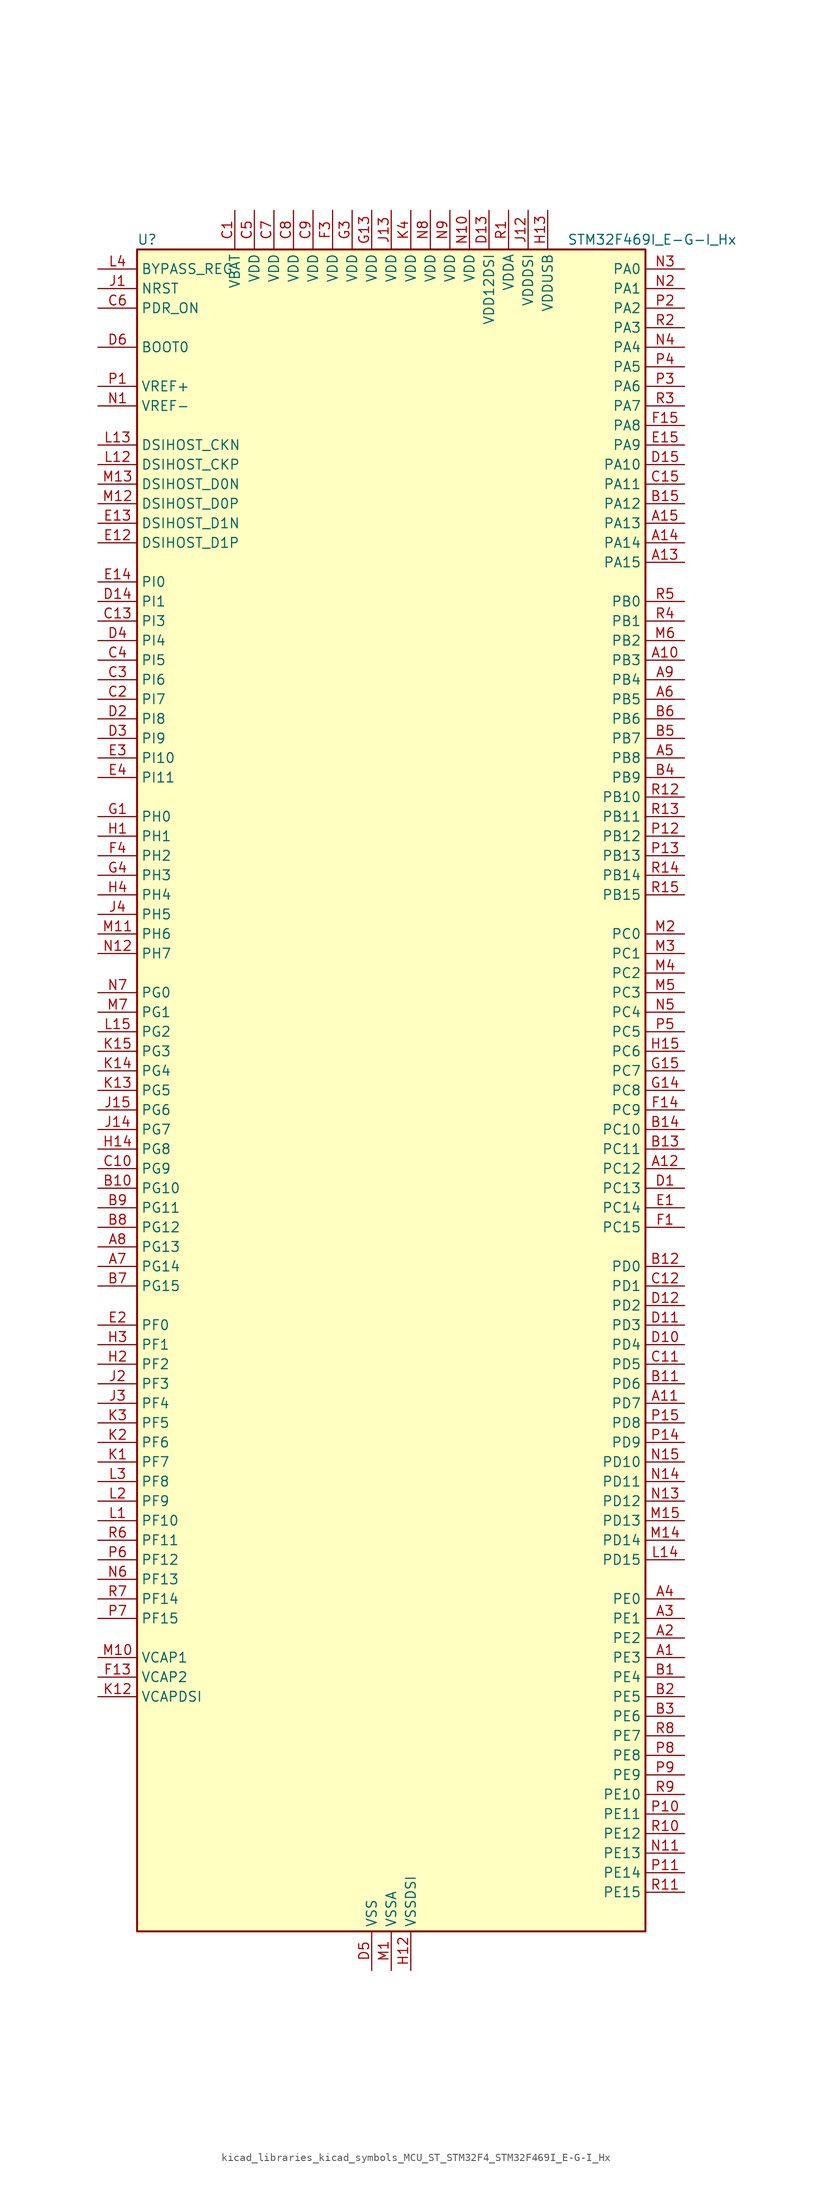
<source format=kicad_sym>
(kicad_symbol_lib
  (version 20220914)
  (generator kicad_symbol_editor)
  (symbol "kicad_libraries_kicad_symbols_MCU_ST_STM32F4_STM32F469I_E-G-I_Hx"
    (property "Reference" "U"
      (at -33.02 110.49 0)
      (effects (font (size 1.27 1.27)) (justify left)))
    (property "Value" "STM32F469I_E-G-I_Hx"
      (at 22.86 110.49 0)
      (effects (font (size 1.27 1.27)) (justify left)))
    (property "ki_locked" ""
      (at 0 0 0)
      (effects (font (size 1.27 1.27))))
    (symbol "kicad_libraries_kicad_symbols_MCU_ST_STM32F4_STM32F469I_E-G-I_Hx_0_1"
      (rectangle (start -33.02 -109.22) (end 33.02 109.22) (stroke (width 0.254) (type default)) (fill (type background))))
    (symbol "kicad_libraries_kicad_symbols_MCU_ST_STM32F4_STM32F469I_E-G-I_Hx_1_1"
      (pin bidirectional line (at 38.1 -73.66 180) (length 5.08) (name "PE3" (effects (font (size 1.27 1.27)))) (number "A1" (effects (font (size 1.27 1.27)))) (alternate "FMC_A19" bidirectional line) (alternate "SAI1_SD_B" bidirectional line) (alternate "SYS_TRACED0" bidirectional line))
      (pin bidirectional line (at 38.1 55.88 180) (length 5.08) (name "PB3" (effects (font (size 1.27 1.27)))) (number "A10" (effects (font (size 1.27 1.27)))) (alternate "I2S3_CK" bidirectional line) (alternate "SPI1_SCK" bidirectional line) (alternate "SPI3_SCK" bidirectional line) (alternate "SYS_JTDO-SWO" bidirectional line) (alternate "TIM2_CH2" bidirectional line))
      (pin bidirectional line (at 38.1 -40.64 180) (length 5.08) (name "PD7" (effects (font (size 1.27 1.27)))) (number "A11" (effects (font (size 1.27 1.27)))) (alternate "FMC_NE1" bidirectional line) (alternate "USART2_CK" bidirectional line))
      (pin bidirectional line (at 38.1 -10.16 180) (length 5.08) (name "PC12" (effects (font (size 1.27 1.27)))) (number "A12" (effects (font (size 1.27 1.27)))) (alternate "DCMI_D9" bidirectional line) (alternate "I2S3_SD" bidirectional line) (alternate "SDIO_CK" bidirectional line) (alternate "SPI3_MOSI" bidirectional line) (alternate "SYS_TRACED3" bidirectional line) (alternate "UART5_TX" bidirectional line) (alternate "USART3_CK" bidirectional line))
      (pin bidirectional line (at 38.1 68.58 180) (length 5.08) (name "PA15" (effects (font (size 1.27 1.27)))) (number "A13" (effects (font (size 1.27 1.27)))) (alternate "ADC1_EXTI15" bidirectional line) (alternate "ADC2_EXTI15" bidirectional line) (alternate "ADC3_EXTI15" bidirectional line) (alternate "I2S3_WS" bidirectional line) (alternate "SPI1_NSS" bidirectional line) (alternate "SPI3_NSS" bidirectional line) (alternate "SYS_JTDI" bidirectional line) (alternate "TIM2_CH1" bidirectional line) (alternate "TIM2_ETR" bidirectional line))
      (pin bidirectional line (at 38.1 71.12 180) (length 5.08) (name "PA14" (effects (font (size 1.27 1.27)))) (number "A14" (effects (font (size 1.27 1.27)))) (alternate "SYS_JTCK-SWCLK" bidirectional line))
      (pin bidirectional line (at 38.1 73.66 180) (length 5.08) (name "PA13" (effects (font (size 1.27 1.27)))) (number "A15" (effects (font (size 1.27 1.27)))) (alternate "SYS_JTMS-SWDIO" bidirectional line))
      (pin bidirectional line (at 38.1 -71.12 180) (length 5.08) (name "PE2" (effects (font (size 1.27 1.27)))) (number "A2" (effects (font (size 1.27 1.27)))) (alternate "ETH_TXD3" bidirectional line) (alternate "FMC_A23" bidirectional line) (alternate "QUADSPI_BK1_IO2" bidirectional line) (alternate "SAI1_MCLK_A" bidirectional line) (alternate "SPI4_SCK" bidirectional line) (alternate "SYS_TRACECLK" bidirectional line))
      (pin bidirectional line (at 38.1 -68.58 180) (length 5.08) (name "PE1" (effects (font (size 1.27 1.27)))) (number "A3" (effects (font (size 1.27 1.27)))) (alternate "DCMI_D3" bidirectional line) (alternate "FMC_NBL1" bidirectional line) (alternate "UART8_TX" bidirectional line))
      (pin bidirectional line (at 38.1 -66.04 180) (length 5.08) (name "PE0" (effects (font (size 1.27 1.27)))) (number "A4" (effects (font (size 1.27 1.27)))) (alternate "DCMI_D2" bidirectional line) (alternate "FMC_NBL0" bidirectional line) (alternate "TIM4_ETR" bidirectional line) (alternate "UART8_RX" bidirectional line))
      (pin bidirectional line (at 38.1 43.18 180) (length 5.08) (name "PB8" (effects (font (size 1.27 1.27)))) (number "A5" (effects (font (size 1.27 1.27)))) (alternate "CAN1_RX" bidirectional line) (alternate "DCMI_D6" bidirectional line) (alternate "ETH_TXD3" bidirectional line) (alternate "I2C1_SCL" bidirectional line) (alternate "LTDC_B6" bidirectional line) (alternate "SDIO_D4" bidirectional line) (alternate "TIM10_CH1" bidirectional line) (alternate "TIM4_CH3" bidirectional line))
      (pin bidirectional line (at 38.1 50.8 180) (length 5.08) (name "PB5" (effects (font (size 1.27 1.27)))) (number "A6" (effects (font (size 1.27 1.27)))) (alternate "CAN2_RX" bidirectional line) (alternate "DCMI_D10" bidirectional line) (alternate "ETH_PPS_OUT" bidirectional line) (alternate "FMC_SDCKE1" bidirectional line) (alternate "I2C1_SMBA" bidirectional line) (alternate "I2S3_SD" bidirectional line) (alternate "LTDC_G7" bidirectional line) (alternate "SPI1_MOSI" bidirectional line) (alternate "SPI3_MOSI" bidirectional line) (alternate "TIM3_CH2" bidirectional line) (alternate "USB_OTG_HS_ULPI_D7" bidirectional line))
      (pin bidirectional line (at -38.1 -22.86 0) (length 5.08) (name "PG14" (effects (font (size 1.27 1.27)))) (number "A7" (effects (font (size 1.27 1.27)))) (alternate "ETH_TXD1" bidirectional line) (alternate "FMC_A25" bidirectional line) (alternate "LTDC_B0" bidirectional line) (alternate "QUADSPI_BK2_IO3" bidirectional line) (alternate "SPI6_MOSI" bidirectional line) (alternate "SYS_TRACED1" bidirectional line) (alternate "USART6_TX" bidirectional line))
      (pin bidirectional line (at -38.1 -20.32 0) (length 5.08) (name "PG13" (effects (font (size 1.27 1.27)))) (number "A8" (effects (font (size 1.27 1.27)))) (alternate "ETH_TXD0" bidirectional line) (alternate "FMC_A24" bidirectional line) (alternate "LTDC_R0" bidirectional line) (alternate "SPI6_SCK" bidirectional line) (alternate "SYS_TRACED0" bidirectional line) (alternate "USART6_CTS" bidirectional line))
      (pin bidirectional line (at 38.1 53.34 180) (length 5.08) (name "PB4" (effects (font (size 1.27 1.27)))) (number "A9" (effects (font (size 1.27 1.27)))) (alternate "I2S3_ext_SD" bidirectional line) (alternate "SPI1_MISO" bidirectional line) (alternate "SPI3_MISO" bidirectional line) (alternate "SYS_JTRST" bidirectional line) (alternate "TIM3_CH1" bidirectional line))
      (pin bidirectional line (at 38.1 -76.2 180) (length 5.08) (name "PE4" (effects (font (size 1.27 1.27)))) (number "B1" (effects (font (size 1.27 1.27)))) (alternate "DCMI_D4" bidirectional line) (alternate "FMC_A20" bidirectional line) (alternate "LTDC_B0" bidirectional line) (alternate "SAI1_FS_A" bidirectional line) (alternate "SPI4_NSS" bidirectional line) (alternate "SYS_TRACED1" bidirectional line))
      (pin bidirectional line (at -38.1 -12.7 0) (length 5.08) (name "PG10" (effects (font (size 1.27 1.27)))) (number "B10" (effects (font (size 1.27 1.27)))) (alternate "DCMI_D2" bidirectional line) (alternate "FMC_NE3" bidirectional line) (alternate "LTDC_B2" bidirectional line) (alternate "LTDC_G3" bidirectional line))
      (pin bidirectional line (at 38.1 -38.1 180) (length 5.08) (name "PD6" (effects (font (size 1.27 1.27)))) (number "B11" (effects (font (size 1.27 1.27)))) (alternate "DCMI_D10" bidirectional line) (alternate "FMC_NWAIT" bidirectional line) (alternate "I2S3_SD" bidirectional line) (alternate "LTDC_B2" bidirectional line) (alternate "SAI1_SD_A" bidirectional line) (alternate "SPI3_MOSI" bidirectional line) (alternate "USART2_RX" bidirectional line))
      (pin bidirectional line (at 38.1 -22.86 180) (length 5.08) (name "PD0" (effects (font (size 1.27 1.27)))) (number "B12" (effects (font (size 1.27 1.27)))) (alternate "CAN1_RX" bidirectional line) (alternate "FMC_D2" bidirectional line) (alternate "FMC_DA2" bidirectional line))
      (pin bidirectional line (at 38.1 -7.62 180) (length 5.08) (name "PC11" (effects (font (size 1.27 1.27)))) (number "B13" (effects (font (size 1.27 1.27)))) (alternate "ADC1_EXTI11" bidirectional line) (alternate "ADC2_EXTI11" bidirectional line) (alternate "ADC3_EXTI11" bidirectional line) (alternate "DCMI_D4" bidirectional line) (alternate "I2S3_ext_SD" bidirectional line) (alternate "QUADSPI_BK2_NCS" bidirectional line) (alternate "SDIO_D3" bidirectional line) (alternate "SPI3_MISO" bidirectional line) (alternate "UART4_RX" bidirectional line) (alternate "USART3_RX" bidirectional line))
      (pin bidirectional line (at 38.1 -5.08 180) (length 5.08) (name "PC10" (effects (font (size 1.27 1.27)))) (number "B14" (effects (font (size 1.27 1.27)))) (alternate "DCMI_D8" bidirectional line) (alternate "I2S3_CK" bidirectional line) (alternate "LTDC_R2" bidirectional line) (alternate "QUADSPI_BK1_IO1" bidirectional line) (alternate "SDIO_D2" bidirectional line) (alternate "SPI3_SCK" bidirectional line) (alternate "UART4_TX" bidirectional line) (alternate "USART3_TX" bidirectional line))
      (pin bidirectional line (at 38.1 76.2 180) (length 5.08) (name "PA12" (effects (font (size 1.27 1.27)))) (number "B15" (effects (font (size 1.27 1.27)))) (alternate "CAN1_TX" bidirectional line) (alternate "LTDC_R5" bidirectional line) (alternate "TIM1_ETR" bidirectional line) (alternate "USART1_RTS" bidirectional line) (alternate "USB_OTG_FS_DP" bidirectional line))
      (pin bidirectional line (at 38.1 -78.74 180) (length 5.08) (name "PE5" (effects (font (size 1.27 1.27)))) (number "B2" (effects (font (size 1.27 1.27)))) (alternate "DCMI_D6" bidirectional line) (alternate "FMC_A21" bidirectional line) (alternate "LTDC_G0" bidirectional line) (alternate "SAI1_SCK_A" bidirectional line) (alternate "SPI4_MISO" bidirectional line) (alternate "SYS_TRACED2" bidirectional line) (alternate "TIM9_CH1" bidirectional line))
      (pin bidirectional line (at 38.1 -81.28 180) (length 5.08) (name "PE6" (effects (font (size 1.27 1.27)))) (number "B3" (effects (font (size 1.27 1.27)))) (alternate "DCMI_D7" bidirectional line) (alternate "FMC_A22" bidirectional line) (alternate "LTDC_G1" bidirectional line) (alternate "SAI1_SD_A" bidirectional line) (alternate "SPI4_MOSI" bidirectional line) (alternate "SYS_TRACED3" bidirectional line) (alternate "TIM9_CH2" bidirectional line))
      (pin bidirectional line (at 38.1 40.64 180) (length 5.08) (name "PB9" (effects (font (size 1.27 1.27)))) (number "B4" (effects (font (size 1.27 1.27)))) (alternate "CAN1_TX" bidirectional line) (alternate "DAC_EXTI9" bidirectional line) (alternate "DCMI_D7" bidirectional line) (alternate "I2C1_SDA" bidirectional line) (alternate "I2S2_WS" bidirectional line) (alternate "LTDC_B7" bidirectional line) (alternate "SDIO_D5" bidirectional line) (alternate "SPI2_NSS" bidirectional line) (alternate "TIM11_CH1" bidirectional line) (alternate "TIM4_CH4" bidirectional line))
      (pin bidirectional line (at 38.1 45.72 180) (length 5.08) (name "PB7" (effects (font (size 1.27 1.27)))) (number "B5" (effects (font (size 1.27 1.27)))) (alternate "DCMI_VSYNC" bidirectional line) (alternate "FMC_NL" bidirectional line) (alternate "I2C1_SDA" bidirectional line) (alternate "TIM4_CH2" bidirectional line) (alternate "USART1_RX" bidirectional line))
      (pin bidirectional line (at 38.1 48.26 180) (length 5.08) (name "PB6" (effects (font (size 1.27 1.27)))) (number "B6" (effects (font (size 1.27 1.27)))) (alternate "CAN2_TX" bidirectional line) (alternate "DCMI_D5" bidirectional line) (alternate "FMC_SDNE1" bidirectional line) (alternate "I2C1_SCL" bidirectional line) (alternate "QUADSPI_BK1_NCS" bidirectional line) (alternate "TIM4_CH1" bidirectional line) (alternate "USART1_TX" bidirectional line))
      (pin bidirectional line (at -38.1 -25.4 0) (length 5.08) (name "PG15" (effects (font (size 1.27 1.27)))) (number "B7" (effects (font (size 1.27 1.27)))) (alternate "ADC1_EXTI15" bidirectional line) (alternate "ADC2_EXTI15" bidirectional line) (alternate "ADC3_EXTI15" bidirectional line) (alternate "DCMI_D13" bidirectional line) (alternate "FMC_SDNCAS" bidirectional line) (alternate "USART6_CTS" bidirectional line))
      (pin bidirectional line (at -38.1 -17.78 0) (length 5.08) (name "PG12" (effects (font (size 1.27 1.27)))) (number "B8" (effects (font (size 1.27 1.27)))) (alternate "FMC_NE4" bidirectional line) (alternate "LTDC_B1" bidirectional line) (alternate "LTDC_B4" bidirectional line) (alternate "SPI6_MISO" bidirectional line) (alternate "USART6_RTS" bidirectional line))
      (pin bidirectional line (at -38.1 -15.24 0) (length 5.08) (name "PG11" (effects (font (size 1.27 1.27)))) (number "B9" (effects (font (size 1.27 1.27)))) (alternate "ADC1_EXTI11" bidirectional line) (alternate "ADC2_EXTI11" bidirectional line) (alternate "ADC3_EXTI11" bidirectional line) (alternate "DCMI_D3" bidirectional line) (alternate "ETH_TX_EN" bidirectional line) (alternate "LTDC_B3" bidirectional line))
      (pin power_in line (at -20.32 114.3 270) (length 5.08) (name "VBAT" (effects (font (size 1.27 1.27)))) (number "C1" (effects (font (size 1.27 1.27)))))
      (pin bidirectional line (at -38.1 -10.16 0) (length 5.08) (name "PG9" (effects (font (size 1.27 1.27)))) (number "C10" (effects (font (size 1.27 1.27)))) (alternate "DAC_EXTI9" bidirectional line) (alternate "DCMI_VSYNC" bidirectional line) (alternate "FMC_NCE" bidirectional line) (alternate "FMC_NE2" bidirectional line) (alternate "QUADSPI_BK2_IO2" bidirectional line) (alternate "USART6_RX" bidirectional line))
      (pin bidirectional line (at 38.1 -35.56 180) (length 5.08) (name "PD5" (effects (font (size 1.27 1.27)))) (number "C11" (effects (font (size 1.27 1.27)))) (alternate "FMC_NWE" bidirectional line) (alternate "USART2_TX" bidirectional line))
      (pin bidirectional line (at 38.1 -25.4 180) (length 5.08) (name "PD1" (effects (font (size 1.27 1.27)))) (number "C12" (effects (font (size 1.27 1.27)))) (alternate "CAN1_TX" bidirectional line) (alternate "FMC_D3" bidirectional line) (alternate "FMC_DA3" bidirectional line))
      (pin bidirectional line (at -38.1 60.96 0) (length 5.08) (name "PI3" (effects (font (size 1.27 1.27)))) (number "C13" (effects (font (size 1.27 1.27)))) (alternate "DCMI_D10" bidirectional line) (alternate "FMC_D27" bidirectional line) (alternate "I2S2_SD" bidirectional line) (alternate "SPI2_MOSI" bidirectional line) (alternate "TIM8_ETR" bidirectional line))
      (pin no_connect line (at -33.02 -109.22 0) (length 5.08) hide (name "NC" (effects (font (size 1.27 1.27)))) (number "C14" (effects (font (size 1.27 1.27)))))
      (pin bidirectional line (at 38.1 78.74 180) (length 5.08) (name "PA11" (effects (font (size 1.27 1.27)))) (number "C15" (effects (font (size 1.27 1.27)))) (alternate "ADC1_EXTI11" bidirectional line) (alternate "ADC2_EXTI11" bidirectional line) (alternate "ADC3_EXTI11" bidirectional line) (alternate "CAN1_RX" bidirectional line) (alternate "LTDC_R4" bidirectional line) (alternate "TIM1_CH4" bidirectional line) (alternate "USART1_CTS" bidirectional line) (alternate "USB_OTG_FS_DM" bidirectional line))
      (pin bidirectional line (at -38.1 50.8 0) (length 5.08) (name "PI7" (effects (font (size 1.27 1.27)))) (number "C2" (effects (font (size 1.27 1.27)))) (alternate "DCMI_D7" bidirectional line) (alternate "FMC_D29" bidirectional line) (alternate "LTDC_B7" bidirectional line) (alternate "TIM8_CH3" bidirectional line))
      (pin bidirectional line (at -38.1 53.34 0) (length 5.08) (name "PI6" (effects (font (size 1.27 1.27)))) (number "C3" (effects (font (size 1.27 1.27)))) (alternate "DCMI_D6" bidirectional line) (alternate "FMC_D28" bidirectional line) (alternate "LTDC_B6" bidirectional line) (alternate "TIM8_CH2" bidirectional line))
      (pin bidirectional line (at -38.1 55.88 0) (length 5.08) (name "PI5" (effects (font (size 1.27 1.27)))) (number "C4" (effects (font (size 1.27 1.27)))) (alternate "DCMI_VSYNC" bidirectional line) (alternate "FMC_NBL3" bidirectional line) (alternate "LTDC_B5" bidirectional line) (alternate "TIM8_CH1" bidirectional line))
      (pin power_in line (at -17.78 114.3 270) (length 5.08) (name "VDD" (effects (font (size 1.27 1.27)))) (number "C5" (effects (font (size 1.27 1.27)))))
      (pin input line (at -38.1 101.6 0) (length 5.08) (name "PDR_ON" (effects (font (size 1.27 1.27)))) (number "C6" (effects (font (size 1.27 1.27)))))
      (pin power_in line (at -15.24 114.3 270) (length 5.08) (name "VDD" (effects (font (size 1.27 1.27)))) (number "C7" (effects (font (size 1.27 1.27)))))
      (pin power_in line (at -12.7 114.3 270) (length 5.08) (name "VDD" (effects (font (size 1.27 1.27)))) (number "C8" (effects (font (size 1.27 1.27)))))
      (pin power_in line (at -10.16 114.3 270) (length 5.08) (name "VDD" (effects (font (size 1.27 1.27)))) (number "C9" (effects (font (size 1.27 1.27)))))
      (pin bidirectional line (at 38.1 -12.7 180) (length 5.08) (name "PC13" (effects (font (size 1.27 1.27)))) (number "D1" (effects (font (size 1.27 1.27)))) (alternate "RTC_AF1" bidirectional line))
      (pin bidirectional line (at 38.1 -33.02 180) (length 5.08) (name "PD4" (effects (font (size 1.27 1.27)))) (number "D10" (effects (font (size 1.27 1.27)))) (alternate "FMC_NOE" bidirectional line) (alternate "USART2_RTS" bidirectional line))
      (pin bidirectional line (at 38.1 -30.48 180) (length 5.08) (name "PD3" (effects (font (size 1.27 1.27)))) (number "D11" (effects (font (size 1.27 1.27)))) (alternate "DCMI_D5" bidirectional line) (alternate "FMC_CLK" bidirectional line) (alternate "I2S2_CK" bidirectional line) (alternate "LTDC_G7" bidirectional line) (alternate "SPI2_SCK" bidirectional line) (alternate "USART2_CTS" bidirectional line))
      (pin bidirectional line (at 38.1 -27.94 180) (length 5.08) (name "PD2" (effects (font (size 1.27 1.27)))) (number "D12" (effects (font (size 1.27 1.27)))) (alternate "DCMI_D11" bidirectional line) (alternate "SDIO_CMD" bidirectional line) (alternate "SYS_TRACED2" bidirectional line) (alternate "TIM3_ETR" bidirectional line) (alternate "UART5_RX" bidirectional line))
      (pin power_in line (at 12.7 114.3 270) (length 5.08) (name "VDD12DSI" (effects (font (size 1.27 1.27)))) (number "D13" (effects (font (size 1.27 1.27)))))
      (pin bidirectional line (at -38.1 63.5 0) (length 5.08) (name "PI1" (effects (font (size 1.27 1.27)))) (number "D14" (effects (font (size 1.27 1.27)))) (alternate "DCMI_D8" bidirectional line) (alternate "FMC_D25" bidirectional line) (alternate "I2S2_CK" bidirectional line) (alternate "LTDC_G6" bidirectional line) (alternate "SPI2_SCK" bidirectional line))
      (pin bidirectional line (at 38.1 81.28 180) (length 5.08) (name "PA10" (effects (font (size 1.27 1.27)))) (number "D15" (effects (font (size 1.27 1.27)))) (alternate "DCMI_D1" bidirectional line) (alternate "TIM1_CH3" bidirectional line) (alternate "USART1_RX" bidirectional line) (alternate "USB_OTG_FS_ID" bidirectional line))
      (pin bidirectional line (at -38.1 48.26 0) (length 5.08) (name "PI8" (effects (font (size 1.27 1.27)))) (number "D2" (effects (font (size 1.27 1.27)))) (alternate "RTC_AF1" bidirectional line) (alternate "RTC_AF2" bidirectional line))
      (pin bidirectional line (at -38.1 45.72 0) (length 5.08) (name "PI9" (effects (font (size 1.27 1.27)))) (number "D3" (effects (font (size 1.27 1.27)))) (alternate "CAN1_RX" bidirectional line) (alternate "DAC_EXTI9" bidirectional line) (alternate "FMC_D30" bidirectional line) (alternate "LTDC_VSYNC" bidirectional line))
      (pin bidirectional line (at -38.1 58.42 0) (length 5.08) (name "PI4" (effects (font (size 1.27 1.27)))) (number "D4" (effects (font (size 1.27 1.27)))) (alternate "DCMI_D5" bidirectional line) (alternate "FMC_NBL2" bidirectional line) (alternate "LTDC_B4" bidirectional line) (alternate "TIM8_BKIN" bidirectional line))
      (pin power_in line (at -2.54 -114.3 90) (length 5.08) (name "VSS" (effects (font (size 1.27 1.27)))) (number "D5" (effects (font (size 1.27 1.27)))))
      (pin input line (at -38.1 96.52 0) (length 5.08) (name "BOOT0" (effects (font (size 1.27 1.27)))) (number "D6" (effects (font (size 1.27 1.27)))))
      (pin passive line (at -2.54 -114.3 90) (length 5.08) hide (name "VSS" (effects (font (size 1.27 1.27)))) (number "D7" (effects (font (size 1.27 1.27)))))
      (pin passive line (at -2.54 -114.3 90) (length 5.08) hide (name "VSS" (effects (font (size 1.27 1.27)))) (number "D8" (effects (font (size 1.27 1.27)))))
      (pin passive line (at -2.54 -114.3 90) (length 5.08) hide (name "VSS" (effects (font (size 1.27 1.27)))) (number "D9" (effects (font (size 1.27 1.27)))))
      (pin bidirectional line (at 38.1 -15.24 180) (length 5.08) (name "PC14" (effects (font (size 1.27 1.27)))) (number "E1" (effects (font (size 1.27 1.27)))) (alternate "RCC_OSC32_IN" bidirectional line))
      (pin bidirectional line (at -38.1 71.12 0) (length 5.08) (name "DSIHOST_D1P" (effects (font (size 1.27 1.27)))) (number "E12" (effects (font (size 1.27 1.27)))) (alternate "DSIHOST_D1P" bidirectional line))
      (pin bidirectional line (at -38.1 73.66 0) (length 5.08) (name "DSIHOST_D1N" (effects (font (size 1.27 1.27)))) (number "E13" (effects (font (size 1.27 1.27)))) (alternate "DSIHOST_D1N" bidirectional line))
      (pin bidirectional line (at -38.1 66.04 0) (length 5.08) (name "PI0" (effects (font (size 1.27 1.27)))) (number "E14" (effects (font (size 1.27 1.27)))) (alternate "DCMI_D13" bidirectional line) (alternate "FMC_D24" bidirectional line) (alternate "I2S2_WS" bidirectional line) (alternate "LTDC_G5" bidirectional line) (alternate "SPI2_NSS" bidirectional line) (alternate "TIM5_CH4" bidirectional line))
      (pin bidirectional line (at 38.1 83.82 180) (length 5.08) (name "PA9" (effects (font (size 1.27 1.27)))) (number "E15" (effects (font (size 1.27 1.27)))) (alternate "DAC_EXTI9" bidirectional line) (alternate "DCMI_D0" bidirectional line) (alternate "I2C3_SMBA" bidirectional line) (alternate "I2S2_CK" bidirectional line) (alternate "SPI2_SCK" bidirectional line) (alternate "TIM1_CH2" bidirectional line) (alternate "USART1_TX" bidirectional line) (alternate "USB_OTG_FS_VBUS" bidirectional line))
      (pin bidirectional line (at -38.1 -30.48 0) (length 5.08) (name "PF0" (effects (font (size 1.27 1.27)))) (number "E2" (effects (font (size 1.27 1.27)))) (alternate "FMC_A0" bidirectional line) (alternate "I2C2_SDA" bidirectional line))
      (pin bidirectional line (at -38.1 43.18 0) (length 5.08) (name "PI10" (effects (font (size 1.27 1.27)))) (number "E3" (effects (font (size 1.27 1.27)))) (alternate "ETH_RX_ER" bidirectional line) (alternate "FMC_D31" bidirectional line) (alternate "LTDC_HSYNC" bidirectional line))
      (pin bidirectional line (at -38.1 40.64 0) (length 5.08) (name "PI11" (effects (font (size 1.27 1.27)))) (number "E4" (effects (font (size 1.27 1.27)))) (alternate "ADC1_EXTI11" bidirectional line) (alternate "ADC2_EXTI11" bidirectional line) (alternate "ADC3_EXTI11" bidirectional line) (alternate "LTDC_G6" bidirectional line) (alternate "USB_OTG_HS_ULPI_DIR" bidirectional line))
      (pin bidirectional line (at 38.1 -17.78 180) (length 5.08) (name "PC15" (effects (font (size 1.27 1.27)))) (number "F1" (effects (font (size 1.27 1.27)))) (alternate "ADC1_EXTI15" bidirectional line) (alternate "ADC2_EXTI15" bidirectional line) (alternate "ADC3_EXTI15" bidirectional line) (alternate "RCC_OSC32_OUT" bidirectional line))
      (pin passive line (at -2.54 -114.3 90) (length 5.08) hide (name "VSS" (effects (font (size 1.27 1.27)))) (number "F10" (effects (font (size 1.27 1.27)))))
      (pin passive line (at -2.54 -114.3 90) (length 5.08) hide (name "VSS" (effects (font (size 1.27 1.27)))) (number "F12" (effects (font (size 1.27 1.27)))))
      (pin power_out line (at -38.1 -76.2 0) (length 5.08) (name "VCAP2" (effects (font (size 1.27 1.27)))) (number "F13" (effects (font (size 1.27 1.27)))))
      (pin bidirectional line (at 38.1 -2.54 180) (length 5.08) (name "PC9" (effects (font (size 1.27 1.27)))) (number "F14" (effects (font (size 1.27 1.27)))) (alternate "DAC_EXTI9" bidirectional line) (alternate "DCMI_D3" bidirectional line) (alternate "I2C3_SDA" bidirectional line) (alternate "I2S_CKIN" bidirectional line) (alternate "QUADSPI_BK1_IO0" bidirectional line) (alternate "RCC_MCO_2" bidirectional line) (alternate "SDIO_D1" bidirectional line) (alternate "TIM3_CH4" bidirectional line) (alternate "TIM8_CH4" bidirectional line))
      (pin bidirectional line (at 38.1 86.36 180) (length 5.08) (name "PA8" (effects (font (size 1.27 1.27)))) (number "F15" (effects (font (size 1.27 1.27)))) (alternate "I2C3_SCL" bidirectional line) (alternate "LTDC_R6" bidirectional line) (alternate "RCC_MCO_1" bidirectional line) (alternate "TIM1_CH1" bidirectional line) (alternate "USART1_CK" bidirectional line) (alternate "USB_OTG_FS_SOF" bidirectional line))
      (pin passive line (at -2.54 -114.3 90) (length 5.08) hide (name "VSS" (effects (font (size 1.27 1.27)))) (number "F2" (effects (font (size 1.27 1.27)))))
      (pin power_in line (at -7.62 114.3 270) (length 5.08) (name "VDD" (effects (font (size 1.27 1.27)))) (number "F3" (effects (font (size 1.27 1.27)))))
      (pin bidirectional line (at -38.1 30.48 0) (length 5.08) (name "PH2" (effects (font (size 1.27 1.27)))) (number "F4" (effects (font (size 1.27 1.27)))) (alternate "ETH_CRS" bidirectional line) (alternate "FMC_SDCKE0" bidirectional line) (alternate "LTDC_R0" bidirectional line) (alternate "QUADSPI_BK2_IO0" bidirectional line))
      (pin passive line (at -2.54 -114.3 90) (length 5.08) hide (name "VSS" (effects (font (size 1.27 1.27)))) (number "F6" (effects (font (size 1.27 1.27)))))
      (pin passive line (at -2.54 -114.3 90) (length 5.08) hide (name "VSS" (effects (font (size 1.27 1.27)))) (number "F7" (effects (font (size 1.27 1.27)))))
      (pin passive line (at -2.54 -114.3 90) (length 5.08) hide (name "VSS" (effects (font (size 1.27 1.27)))) (number "F8" (effects (font (size 1.27 1.27)))))
      (pin passive line (at -2.54 -114.3 90) (length 5.08) hide (name "VSS" (effects (font (size 1.27 1.27)))) (number "F9" (effects (font (size 1.27 1.27)))))
      (pin bidirectional line (at -38.1 35.56 0) (length 5.08) (name "PH0" (effects (font (size 1.27 1.27)))) (number "G1" (effects (font (size 1.27 1.27)))) (alternate "RCC_OSC_IN" bidirectional line))
      (pin passive line (at -2.54 -114.3 90) (length 5.08) hide (name "VSS" (effects (font (size 1.27 1.27)))) (number "G10" (effects (font (size 1.27 1.27)))))
      (pin passive line (at -2.54 -114.3 90) (length 5.08) hide (name "VSS" (effects (font (size 1.27 1.27)))) (number "G12" (effects (font (size 1.27 1.27)))))
      (pin power_in line (at -2.54 114.3 270) (length 5.08) (name "VDD" (effects (font (size 1.27 1.27)))) (number "G13" (effects (font (size 1.27 1.27)))))
      (pin bidirectional line (at 38.1 0 180) (length 5.08) (name "PC8" (effects (font (size 1.27 1.27)))) (number "G14" (effects (font (size 1.27 1.27)))) (alternate "DCMI_D2" bidirectional line) (alternate "SDIO_D0" bidirectional line) (alternate "SYS_TRACED1" bidirectional line) (alternate "TIM3_CH3" bidirectional line) (alternate "TIM8_CH3" bidirectional line) (alternate "USART6_CK" bidirectional line))
      (pin bidirectional line (at 38.1 2.54 180) (length 5.08) (name "PC7" (effects (font (size 1.27 1.27)))) (number "G15" (effects (font (size 1.27 1.27)))) (alternate "DCMI_D1" bidirectional line) (alternate "I2S3_MCK" bidirectional line) (alternate "LTDC_G6" bidirectional line) (alternate "SDIO_D7" bidirectional line) (alternate "TIM3_CH2" bidirectional line) (alternate "TIM8_CH2" bidirectional line) (alternate "USART6_RX" bidirectional line))
      (pin passive line (at -2.54 -114.3 90) (length 5.08) hide (name "VSS" (effects (font (size 1.27 1.27)))) (number "G2" (effects (font (size 1.27 1.27)))))
      (pin power_in line (at -5.08 114.3 270) (length 5.08) (name "VDD" (effects (font (size 1.27 1.27)))) (number "G3" (effects (font (size 1.27 1.27)))))
      (pin bidirectional line (at -38.1 27.94 0) (length 5.08) (name "PH3" (effects (font (size 1.27 1.27)))) (number "G4" (effects (font (size 1.27 1.27)))) (alternate "ETH_COL" bidirectional line) (alternate "FMC_SDNE0" bidirectional line) (alternate "LTDC_R1" bidirectional line) (alternate "QUADSPI_BK2_IO1" bidirectional line))
      (pin passive line (at -2.54 -114.3 90) (length 5.08) hide (name "VSS" (effects (font (size 1.27 1.27)))) (number "G6" (effects (font (size 1.27 1.27)))))
      (pin passive line (at -2.54 -114.3 90) (length 5.08) hide (name "VSS" (effects (font (size 1.27 1.27)))) (number "G7" (effects (font (size 1.27 1.27)))))
      (pin passive line (at -2.54 -114.3 90) (length 5.08) hide (name "VSS" (effects (font (size 1.27 1.27)))) (number "G8" (effects (font (size 1.27 1.27)))))
      (pin passive line (at -2.54 -114.3 90) (length 5.08) hide (name "VSS" (effects (font (size 1.27 1.27)))) (number "G9" (effects (font (size 1.27 1.27)))))
      (pin bidirectional line (at -38.1 33.02 0) (length 5.08) (name "PH1" (effects (font (size 1.27 1.27)))) (number "H1" (effects (font (size 1.27 1.27)))) (alternate "RCC_OSC_OUT" bidirectional line))
      (pin passive line (at -2.54 -114.3 90) (length 5.08) hide (name "VSS" (effects (font (size 1.27 1.27)))) (number "H10" (effects (font (size 1.27 1.27)))))
      (pin power_in line (at 2.54 -114.3 90) (length 5.08) (name "VSSDSI" (effects (font (size 1.27 1.27)))) (number "H12" (effects (font (size 1.27 1.27)))))
      (pin power_in line (at 20.32 114.3 270) (length 5.08) (name "VDDUSB" (effects (font (size 1.27 1.27)))) (number "H13" (effects (font (size 1.27 1.27)))))
      (pin bidirectional line (at -38.1 -7.62 0) (length 5.08) (name "PG8" (effects (font (size 1.27 1.27)))) (number "H14" (effects (font (size 1.27 1.27)))) (alternate "ETH_PPS_OUT" bidirectional line) (alternate "FMC_SDCLK" bidirectional line) (alternate "LTDC_G7" bidirectional line) (alternate "SPI6_NSS" bidirectional line) (alternate "USART6_RTS" bidirectional line))
      (pin bidirectional line (at 38.1 5.08 180) (length 5.08) (name "PC6" (effects (font (size 1.27 1.27)))) (number "H15" (effects (font (size 1.27 1.27)))) (alternate "DCMI_D0" bidirectional line) (alternate "I2S2_MCK" bidirectional line) (alternate "LTDC_HSYNC" bidirectional line) (alternate "SDIO_D6" bidirectional line) (alternate "TIM3_CH1" bidirectional line) (alternate "TIM8_CH1" bidirectional line) (alternate "USART6_TX" bidirectional line))
      (pin bidirectional line (at -38.1 -35.56 0) (length 5.08) (name "PF2" (effects (font (size 1.27 1.27)))) (number "H2" (effects (font (size 1.27 1.27)))) (alternate "FMC_A2" bidirectional line) (alternate "I2C2_SMBA" bidirectional line))
      (pin bidirectional line (at -38.1 -33.02 0) (length 5.08) (name "PF1" (effects (font (size 1.27 1.27)))) (number "H3" (effects (font (size 1.27 1.27)))) (alternate "FMC_A1" bidirectional line) (alternate "I2C2_SCL" bidirectional line))
      (pin bidirectional line (at -38.1 25.4 0) (length 5.08) (name "PH4" (effects (font (size 1.27 1.27)))) (number "H4" (effects (font (size 1.27 1.27)))) (alternate "I2C2_SCL" bidirectional line) (alternate "LTDC_G4" bidirectional line) (alternate "LTDC_G5" bidirectional line) (alternate "USB_OTG_HS_ULPI_NXT" bidirectional line))
      (pin passive line (at -2.54 -114.3 90) (length 5.08) hide (name "VSS" (effects (font (size 1.27 1.27)))) (number "H6" (effects (font (size 1.27 1.27)))))
      (pin passive line (at -2.54 -114.3 90) (length 5.08) hide (name "VSS" (effects (font (size 1.27 1.27)))) (number "H7" (effects (font (size 1.27 1.27)))))
      (pin passive line (at -2.54 -114.3 90) (length 5.08) hide (name "VSS" (effects (font (size 1.27 1.27)))) (number "H8" (effects (font (size 1.27 1.27)))))
      (pin passive line (at -2.54 -114.3 90) (length 5.08) hide (name "VSS" (effects (font (size 1.27 1.27)))) (number "H9" (effects (font (size 1.27 1.27)))))
      (pin input line (at -38.1 104.14 0) (length 5.08) (name "NRST" (effects (font (size 1.27 1.27)))) (number "J1" (effects (font (size 1.27 1.27)))))
      (pin passive line (at -2.54 -114.3 90) (length 5.08) hide (name "VSS" (effects (font (size 1.27 1.27)))) (number "J10" (effects (font (size 1.27 1.27)))))
      (pin power_in line (at 17.78 114.3 270) (length 5.08) (name "VDDDSI" (effects (font (size 1.27 1.27)))) (number "J12" (effects (font (size 1.27 1.27)))))
      (pin power_in line (at 0 114.3 270) (length 5.08) (name "VDD" (effects (font (size 1.27 1.27)))) (number "J13" (effects (font (size 1.27 1.27)))))
      (pin bidirectional line (at -38.1 -5.08 0) (length 5.08) (name "PG7" (effects (font (size 1.27 1.27)))) (number "J14" (effects (font (size 1.27 1.27)))) (alternate "DCMI_D13" bidirectional line) (alternate "FMC_INT" bidirectional line) (alternate "LTDC_CLK" bidirectional line) (alternate "SAI1_MCLK_A" bidirectional line) (alternate "USART6_CK" bidirectional line))
      (pin bidirectional line (at -38.1 -2.54 0) (length 5.08) (name "PG6" (effects (font (size 1.27 1.27)))) (number "J15" (effects (font (size 1.27 1.27)))) (alternate "DCMI_D12" bidirectional line) (alternate "LTDC_R7" bidirectional line))
      (pin bidirectional line (at -38.1 -38.1 0) (length 5.08) (name "PF3" (effects (font (size 1.27 1.27)))) (number "J2" (effects (font (size 1.27 1.27)))) (alternate "ADC3_IN9" bidirectional line) (alternate "FMC_A3" bidirectional line))
      (pin bidirectional line (at -38.1 -40.64 0) (length 5.08) (name "PF4" (effects (font (size 1.27 1.27)))) (number "J3" (effects (font (size 1.27 1.27)))) (alternate "ADC3_IN14" bidirectional line) (alternate "FMC_A4" bidirectional line))
      (pin bidirectional line (at -38.1 22.86 0) (length 5.08) (name "PH5" (effects (font (size 1.27 1.27)))) (number "J4" (effects (font (size 1.27 1.27)))) (alternate "FMC_SDNWE" bidirectional line) (alternate "I2C2_SDA" bidirectional line) (alternate "SPI5_NSS" bidirectional line))
      (pin passive line (at -2.54 -114.3 90) (length 5.08) hide (name "VSS" (effects (font (size 1.27 1.27)))) (number "J6" (effects (font (size 1.27 1.27)))))
      (pin passive line (at -2.54 -114.3 90) (length 5.08) hide (name "VSS" (effects (font (size 1.27 1.27)))) (number "J7" (effects (font (size 1.27 1.27)))))
      (pin passive line (at -2.54 -114.3 90) (length 5.08) hide (name "VSS" (effects (font (size 1.27 1.27)))) (number "J8" (effects (font (size 1.27 1.27)))))
      (pin passive line (at -2.54 -114.3 90) (length 5.08) hide (name "VSS" (effects (font (size 1.27 1.27)))) (number "J9" (effects (font (size 1.27 1.27)))))
      (pin bidirectional line (at -38.1 -48.26 0) (length 5.08) (name "PF7" (effects (font (size 1.27 1.27)))) (number "K1" (effects (font (size 1.27 1.27)))) (alternate "ADC3_IN5" bidirectional line) (alternate "QUADSPI_BK1_IO2" bidirectional line) (alternate "SAI1_MCLK_B" bidirectional line) (alternate "SPI5_SCK" bidirectional line) (alternate "TIM11_CH1" bidirectional line) (alternate "UART7_TX" bidirectional line))
      (pin passive line (at -2.54 -114.3 90) (length 5.08) hide (name "VSS" (effects (font (size 1.27 1.27)))) (number "K10" (effects (font (size 1.27 1.27)))))
      (pin power_out line (at -38.1 -78.74 0) (length 5.08) (name "VCAPDSI" (effects (font (size 1.27 1.27)))) (number "K12" (effects (font (size 1.27 1.27)))))
      (pin bidirectional line (at -38.1 0 0) (length 5.08) (name "PG5" (effects (font (size 1.27 1.27)))) (number "K13" (effects (font (size 1.27 1.27)))) (alternate "FMC_A15" bidirectional line) (alternate "FMC_BA1" bidirectional line))
      (pin bidirectional line (at -38.1 2.54 0) (length 5.08) (name "PG4" (effects (font (size 1.27 1.27)))) (number "K14" (effects (font (size 1.27 1.27)))) (alternate "FMC_A14" bidirectional line) (alternate "FMC_BA0" bidirectional line))
      (pin bidirectional line (at -38.1 5.08 0) (length 5.08) (name "PG3" (effects (font (size 1.27 1.27)))) (number "K15" (effects (font (size 1.27 1.27)))) (alternate "FMC_A13" bidirectional line))
      (pin bidirectional line (at -38.1 -45.72 0) (length 5.08) (name "PF6" (effects (font (size 1.27 1.27)))) (number "K2" (effects (font (size 1.27 1.27)))) (alternate "ADC3_IN4" bidirectional line) (alternate "QUADSPI_BK1_IO3" bidirectional line) (alternate "SAI1_SD_B" bidirectional line) (alternate "SPI5_NSS" bidirectional line) (alternate "TIM10_CH1" bidirectional line) (alternate "UART7_RX" bidirectional line))
      (pin bidirectional line (at -38.1 -43.18 0) (length 5.08) (name "PF5" (effects (font (size 1.27 1.27)))) (number "K3" (effects (font (size 1.27 1.27)))) (alternate "ADC3_IN15" bidirectional line) (alternate "FMC_A5" bidirectional line))
      (pin power_in line (at 2.54 114.3 270) (length 5.08) (name "VDD" (effects (font (size 1.27 1.27)))) (number "K4" (effects (font (size 1.27 1.27)))))
      (pin passive line (at -2.54 -114.3 90) (length 5.08) hide (name "VSS" (effects (font (size 1.27 1.27)))) (number "K6" (effects (font (size 1.27 1.27)))))
      (pin passive line (at -2.54 -114.3 90) (length 5.08) hide (name "VSS" (effects (font (size 1.27 1.27)))) (number "K7" (effects (font (size 1.27 1.27)))))
      (pin passive line (at -2.54 -114.3 90) (length 5.08) hide (name "VSS" (effects (font (size 1.27 1.27)))) (number "K8" (effects (font (size 1.27 1.27)))))
      (pin passive line (at -2.54 -114.3 90) (length 5.08) hide (name "VSS" (effects (font (size 1.27 1.27)))) (number "K9" (effects (font (size 1.27 1.27)))))
      (pin bidirectional line (at -38.1 -55.88 0) (length 5.08) (name "PF10" (effects (font (size 1.27 1.27)))) (number "L1" (effects (font (size 1.27 1.27)))) (alternate "ADC3_IN8" bidirectional line) (alternate "DCMI_D11" bidirectional line) (alternate "LTDC_DE" bidirectional line) (alternate "QUADSPI_CLK" bidirectional line))
      (pin bidirectional line (at -38.1 81.28 0) (length 5.08) (name "DSIHOST_CKP" (effects (font (size 1.27 1.27)))) (number "L12" (effects (font (size 1.27 1.27)))) (alternate "DSIHOST_CKP" bidirectional line))
      (pin bidirectional line (at -38.1 83.82 0) (length 5.08) (name "DSIHOST_CKN" (effects (font (size 1.27 1.27)))) (number "L13" (effects (font (size 1.27 1.27)))) (alternate "DSIHOST_CKN" bidirectional line))
      (pin bidirectional line (at 38.1 -60.96 180) (length 5.08) (name "PD15" (effects (font (size 1.27 1.27)))) (number "L14" (effects (font (size 1.27 1.27)))) (alternate "ADC1_EXTI15" bidirectional line) (alternate "ADC2_EXTI15" bidirectional line) (alternate "ADC3_EXTI15" bidirectional line) (alternate "FMC_D1" bidirectional line) (alternate "FMC_DA1" bidirectional line) (alternate "TIM4_CH4" bidirectional line))
      (pin bidirectional line (at -38.1 7.62 0) (length 5.08) (name "PG2" (effects (font (size 1.27 1.27)))) (number "L15" (effects (font (size 1.27 1.27)))) (alternate "FMC_A12" bidirectional line))
      (pin bidirectional line (at -38.1 -53.34 0) (length 5.08) (name "PF9" (effects (font (size 1.27 1.27)))) (number "L2" (effects (font (size 1.27 1.27)))) (alternate "ADC3_IN7" bidirectional line) (alternate "DAC_EXTI9" bidirectional line) (alternate "QUADSPI_BK1_IO1" bidirectional line) (alternate "SAI1_FS_B" bidirectional line) (alternate "SPI5_MOSI" bidirectional line) (alternate "TIM14_CH1" bidirectional line))
      (pin bidirectional line (at -38.1 -50.8 0) (length 5.08) (name "PF8" (effects (font (size 1.27 1.27)))) (number "L3" (effects (font (size 1.27 1.27)))) (alternate "ADC3_IN6" bidirectional line) (alternate "QUADSPI_BK1_IO0" bidirectional line) (alternate "SAI1_SCK_B" bidirectional line) (alternate "SPI5_MISO" bidirectional line) (alternate "TIM13_CH1" bidirectional line))
      (pin input line (at -38.1 106.68 0) (length 5.08) (name "BYPASS_REG" (effects (font (size 1.27 1.27)))) (number "L4" (effects (font (size 1.27 1.27)))))
      (pin power_in line (at 0 -114.3 90) (length 5.08) (name "VSSA" (effects (font (size 1.27 1.27)))) (number "M1" (effects (font (size 1.27 1.27)))))
      (pin power_out line (at -38.1 -73.66 0) (length 5.08) (name "VCAP1" (effects (font (size 1.27 1.27)))) (number "M10" (effects (font (size 1.27 1.27)))))
      (pin bidirectional line (at -38.1 20.32 0) (length 5.08) (name "PH6" (effects (font (size 1.27 1.27)))) (number "M11" (effects (font (size 1.27 1.27)))) (alternate "DCMI_D8" bidirectional line) (alternate "ETH_RXD2" bidirectional line) (alternate "FMC_SDNE1" bidirectional line) (alternate "I2C2_SMBA" bidirectional line) (alternate "SPI5_SCK" bidirectional line) (alternate "TIM12_CH1" bidirectional line))
      (pin bidirectional line (at -38.1 76.2 0) (length 5.08) (name "DSIHOST_D0P" (effects (font (size 1.27 1.27)))) (number "M12" (effects (font (size 1.27 1.27)))) (alternate "DSIHOST_D0P" bidirectional line))
      (pin bidirectional line (at -38.1 78.74 0) (length 5.08) (name "DSIHOST_D0N" (effects (font (size 1.27 1.27)))) (number "M13" (effects (font (size 1.27 1.27)))) (alternate "DSIHOST_D0N" bidirectional line))
      (pin bidirectional line (at 38.1 -58.42 180) (length 5.08) (name "PD14" (effects (font (size 1.27 1.27)))) (number "M14" (effects (font (size 1.27 1.27)))) (alternate "FMC_D0" bidirectional line) (alternate "FMC_DA0" bidirectional line) (alternate "TIM4_CH3" bidirectional line))
      (pin bidirectional line (at 38.1 -55.88 180) (length 5.08) (name "PD13" (effects (font (size 1.27 1.27)))) (number "M15" (effects (font (size 1.27 1.27)))) (alternate "FMC_A18" bidirectional line) (alternate "QUADSPI_BK1_IO3" bidirectional line) (alternate "TIM4_CH2" bidirectional line))
      (pin bidirectional line (at 38.1 20.32 180) (length 5.08) (name "PC0" (effects (font (size 1.27 1.27)))) (number "M2" (effects (font (size 1.27 1.27)))) (alternate "ADC1_IN10" bidirectional line) (alternate "ADC2_IN10" bidirectional line) (alternate "ADC3_IN10" bidirectional line) (alternate "FMC_SDNWE" bidirectional line) (alternate "LTDC_R5" bidirectional line) (alternate "USB_OTG_HS_ULPI_STP" bidirectional line))
      (pin bidirectional line (at 38.1 17.78 180) (length 5.08) (name "PC1" (effects (font (size 1.27 1.27)))) (number "M3" (effects (font (size 1.27 1.27)))) (alternate "ADC1_IN11" bidirectional line) (alternate "ADC2_IN11" bidirectional line) (alternate "ADC3_IN11" bidirectional line) (alternate "ETH_MDC" bidirectional line) (alternate "I2S2_SD" bidirectional line) (alternate "SAI1_SD_A" bidirectional line) (alternate "SPI2_MOSI" bidirectional line) (alternate "SYS_TRACED0" bidirectional line))
      (pin bidirectional line (at 38.1 15.24 180) (length 5.08) (name "PC2" (effects (font (size 1.27 1.27)))) (number "M4" (effects (font (size 1.27 1.27)))) (alternate "ADC1_IN12" bidirectional line) (alternate "ADC2_IN12" bidirectional line) (alternate "ADC3_IN12" bidirectional line) (alternate "ETH_TXD2" bidirectional line) (alternate "FMC_SDNE0" bidirectional line) (alternate "I2S2_ext_SD" bidirectional line) (alternate "SPI2_MISO" bidirectional line) (alternate "USB_OTG_HS_ULPI_DIR" bidirectional line))
      (pin bidirectional line (at 38.1 12.7 180) (length 5.08) (name "PC3" (effects (font (size 1.27 1.27)))) (number "M5" (effects (font (size 1.27 1.27)))) (alternate "ADC1_IN13" bidirectional line) (alternate "ADC2_IN13" bidirectional line) (alternate "ADC3_IN13" bidirectional line) (alternate "ETH_TX_CLK" bidirectional line) (alternate "FMC_SDCKE0" bidirectional line) (alternate "I2S2_SD" bidirectional line) (alternate "SPI2_MOSI" bidirectional line) (alternate "USB_OTG_HS_ULPI_NXT" bidirectional line))
      (pin bidirectional line (at 38.1 58.42 180) (length 5.08) (name "PB2" (effects (font (size 1.27 1.27)))) (number "M6" (effects (font (size 1.27 1.27)))))
      (pin bidirectional line (at -38.1 10.16 0) (length 5.08) (name "PG1" (effects (font (size 1.27 1.27)))) (number "M7" (effects (font (size 1.27 1.27)))) (alternate "FMC_A11" bidirectional line))
      (pin passive line (at -2.54 -114.3 90) (length 5.08) hide (name "VSS" (effects (font (size 1.27 1.27)))) (number "M8" (effects (font (size 1.27 1.27)))))
      (pin passive line (at -2.54 -114.3 90) (length 5.08) hide (name "VSS" (effects (font (size 1.27 1.27)))) (number "M9" (effects (font (size 1.27 1.27)))))
      (pin input line (at -38.1 88.9 0) (length 5.08) (name "VREF-" (effects (font (size 1.27 1.27)))) (number "N1" (effects (font (size 1.27 1.27)))))
      (pin power_in line (at 10.16 114.3 270) (length 5.08) (name "VDD" (effects (font (size 1.27 1.27)))) (number "N10" (effects (font (size 1.27 1.27)))))
      (pin bidirectional line (at 38.1 -99.06 180) (length 5.08) (name "PE13" (effects (font (size 1.27 1.27)))) (number "N11" (effects (font (size 1.27 1.27)))) (alternate "FMC_D10" bidirectional line) (alternate "FMC_DA10" bidirectional line) (alternate "LTDC_DE" bidirectional line) (alternate "SPI4_MISO" bidirectional line) (alternate "TIM1_CH3" bidirectional line))
      (pin bidirectional line (at -38.1 17.78 0) (length 5.08) (name "PH7" (effects (font (size 1.27 1.27)))) (number "N12" (effects (font (size 1.27 1.27)))) (alternate "DCMI_D9" bidirectional line) (alternate "ETH_RXD3" bidirectional line) (alternate "FMC_SDCKE1" bidirectional line) (alternate "I2C3_SCL" bidirectional line) (alternate "SPI5_MISO" bidirectional line))
      (pin bidirectional line (at 38.1 -53.34 180) (length 5.08) (name "PD12" (effects (font (size 1.27 1.27)))) (number "N13" (effects (font (size 1.27 1.27)))) (alternate "FMC_A17" bidirectional line) (alternate "FMC_ALE" bidirectional line) (alternate "QUADSPI_BK1_IO1" bidirectional line) (alternate "TIM4_CH1" bidirectional line) (alternate "USART3_RTS" bidirectional line))
      (pin bidirectional line (at 38.1 -50.8 180) (length 5.08) (name "PD11" (effects (font (size 1.27 1.27)))) (number "N14" (effects (font (size 1.27 1.27)))) (alternate "ADC1_EXTI11" bidirectional line) (alternate "ADC2_EXTI11" bidirectional line) (alternate "ADC3_EXTI11" bidirectional line) (alternate "FMC_A16" bidirectional line) (alternate "FMC_CLE" bidirectional line) (alternate "QUADSPI_BK1_IO0" bidirectional line) (alternate "USART3_CTS" bidirectional line))
      (pin bidirectional line (at 38.1 -48.26 180) (length 5.08) (name "PD10" (effects (font (size 1.27 1.27)))) (number "N15" (effects (font (size 1.27 1.27)))) (alternate "FMC_D15" bidirectional line) (alternate "FMC_DA15" bidirectional line) (alternate "LTDC_B3" bidirectional line) (alternate "USART3_CK" bidirectional line))
      (pin bidirectional line (at 38.1 104.14 180) (length 5.08) (name "PA1" (effects (font (size 1.27 1.27)))) (number "N2" (effects (font (size 1.27 1.27)))) (alternate "ADC1_IN1" bidirectional line) (alternate "ADC2_IN1" bidirectional line) (alternate "ADC3_IN1" bidirectional line) (alternate "ETH_REF_CLK" bidirectional line) (alternate "ETH_RX_CLK" bidirectional line) (alternate "LTDC_R2" bidirectional line) (alternate "QUADSPI_BK1_IO3" bidirectional line) (alternate "TIM2_CH2" bidirectional line) (alternate "TIM5_CH2" bidirectional line) (alternate "UART4_RX" bidirectional line) (alternate "USART2_RTS" bidirectional line))
      (pin bidirectional line (at 38.1 106.68 180) (length 5.08) (name "PA0" (effects (font (size 1.27 1.27)))) (number "N3" (effects (font (size 1.27 1.27)))) (alternate "ADC1_IN0" bidirectional line) (alternate "ADC2_IN0" bidirectional line) (alternate "ADC3_IN0" bidirectional line) (alternate "ETH_CRS" bidirectional line) (alternate "SYS_WKUP" bidirectional line) (alternate "TIM2_CH1" bidirectional line) (alternate "TIM2_ETR" bidirectional line) (alternate "TIM5_CH1" bidirectional line) (alternate "TIM8_ETR" bidirectional line) (alternate "UART4_TX" bidirectional line) (alternate "USART2_CTS" bidirectional line))
      (pin bidirectional line (at 38.1 96.52 180) (length 5.08) (name "PA4" (effects (font (size 1.27 1.27)))) (number "N4" (effects (font (size 1.27 1.27)))) (alternate "ADC1_IN4" bidirectional line) (alternate "ADC2_IN4" bidirectional line) (alternate "DAC_OUT1" bidirectional line) (alternate "DCMI_HSYNC" bidirectional line) (alternate "I2S3_WS" bidirectional line) (alternate "LTDC_VSYNC" bidirectional line) (alternate "SPI1_NSS" bidirectional line) (alternate "SPI3_NSS" bidirectional line) (alternate "USART2_CK" bidirectional line) (alternate "USB_OTG_HS_SOF" bidirectional line))
      (pin bidirectional line (at 38.1 10.16 180) (length 5.08) (name "PC4" (effects (font (size 1.27 1.27)))) (number "N5" (effects (font (size 1.27 1.27)))) (alternate "ADC1_IN14" bidirectional line) (alternate "ADC2_IN14" bidirectional line) (alternate "ETH_RXD0" bidirectional line) (alternate "FMC_SDNE0" bidirectional line))
      (pin bidirectional line (at -38.1 -63.5 0) (length 5.08) (name "PF13" (effects (font (size 1.27 1.27)))) (number "N6" (effects (font (size 1.27 1.27)))) (alternate "FMC_A7" bidirectional line))
      (pin bidirectional line (at -38.1 12.7 0) (length 5.08) (name "PG0" (effects (font (size 1.27 1.27)))) (number "N7" (effects (font (size 1.27 1.27)))) (alternate "FMC_A10" bidirectional line))
      (pin power_in line (at 5.08 114.3 270) (length 5.08) (name "VDD" (effects (font (size 1.27 1.27)))) (number "N8" (effects (font (size 1.27 1.27)))))
      (pin power_in line (at 7.62 114.3 270) (length 5.08) (name "VDD" (effects (font (size 1.27 1.27)))) (number "N9" (effects (font (size 1.27 1.27)))))
      (pin input line (at -38.1 91.44 0) (length 5.08) (name "VREF+" (effects (font (size 1.27 1.27)))) (number "P1" (effects (font (size 1.27 1.27)))))
      (pin bidirectional line (at 38.1 -93.98 180) (length 5.08) (name "PE11" (effects (font (size 1.27 1.27)))) (number "P10" (effects (font (size 1.27 1.27)))) (alternate "ADC1_EXTI11" bidirectional line) (alternate "ADC2_EXTI11" bidirectional line) (alternate "ADC3_EXTI11" bidirectional line) (alternate "FMC_D8" bidirectional line) (alternate "FMC_DA8" bidirectional line) (alternate "LTDC_G3" bidirectional line) (alternate "SPI4_NSS" bidirectional line) (alternate "TIM1_CH2" bidirectional line))
      (pin bidirectional line (at 38.1 -101.6 180) (length 5.08) (name "PE14" (effects (font (size 1.27 1.27)))) (number "P11" (effects (font (size 1.27 1.27)))) (alternate "FMC_D11" bidirectional line) (alternate "FMC_DA11" bidirectional line) (alternate "LTDC_CLK" bidirectional line) (alternate "SPI4_MOSI" bidirectional line) (alternate "TIM1_CH4" bidirectional line))
      (pin bidirectional line (at 38.1 33.02 180) (length 5.08) (name "PB12" (effects (font (size 1.27 1.27)))) (number "P12" (effects (font (size 1.27 1.27)))) (alternate "CAN2_RX" bidirectional line) (alternate "ETH_TXD0" bidirectional line) (alternate "I2C2_SMBA" bidirectional line) (alternate "I2S2_WS" bidirectional line) (alternate "SPI2_NSS" bidirectional line) (alternate "TIM1_BKIN" bidirectional line) (alternate "USART3_CK" bidirectional line) (alternate "USB_OTG_HS_ID" bidirectional line) (alternate "USB_OTG_HS_ULPI_D5" bidirectional line))
      (pin bidirectional line (at 38.1 30.48 180) (length 5.08) (name "PB13" (effects (font (size 1.27 1.27)))) (number "P13" (effects (font (size 1.27 1.27)))) (alternate "CAN2_TX" bidirectional line) (alternate "ETH_TXD1" bidirectional line) (alternate "I2S2_CK" bidirectional line) (alternate "SPI2_SCK" bidirectional line) (alternate "TIM1_CH1N" bidirectional line) (alternate "USART3_CTS" bidirectional line) (alternate "USB_OTG_HS_ULPI_D6" bidirectional line) (alternate "USB_OTG_HS_VBUS" bidirectional line))
      (pin bidirectional line (at 38.1 -45.72 180) (length 5.08) (name "PD9" (effects (font (size 1.27 1.27)))) (number "P14" (effects (font (size 1.27 1.27)))) (alternate "DAC_EXTI9" bidirectional line) (alternate "FMC_D14" bidirectional line) (alternate "FMC_DA14" bidirectional line) (alternate "USART3_RX" bidirectional line))
      (pin bidirectional line (at 38.1 -43.18 180) (length 5.08) (name "PD8" (effects (font (size 1.27 1.27)))) (number "P15" (effects (font (size 1.27 1.27)))) (alternate "FMC_D13" bidirectional line) (alternate "FMC_DA13" bidirectional line) (alternate "USART3_TX" bidirectional line))
      (pin bidirectional line (at 38.1 101.6 180) (length 5.08) (name "PA2" (effects (font (size 1.27 1.27)))) (number "P2" (effects (font (size 1.27 1.27)))) (alternate "ADC1_IN2" bidirectional line) (alternate "ADC2_IN2" bidirectional line) (alternate "ADC3_IN2" bidirectional line) (alternate "ETH_MDIO" bidirectional line) (alternate "LTDC_R1" bidirectional line) (alternate "TIM2_CH3" bidirectional line) (alternate "TIM5_CH3" bidirectional line) (alternate "TIM9_CH1" bidirectional line) (alternate "USART2_TX" bidirectional line))
      (pin bidirectional line (at 38.1 91.44 180) (length 5.08) (name "PA6" (effects (font (size 1.27 1.27)))) (number "P3" (effects (font (size 1.27 1.27)))) (alternate "ADC1_IN6" bidirectional line) (alternate "ADC2_IN6" bidirectional line) (alternate "DCMI_PIXCLK" bidirectional line) (alternate "LTDC_G2" bidirectional line) (alternate "SPI1_MISO" bidirectional line) (alternate "TIM13_CH1" bidirectional line) (alternate "TIM1_BKIN" bidirectional line) (alternate "TIM3_CH1" bidirectional line) (alternate "TIM8_BKIN" bidirectional line))
      (pin bidirectional line (at 38.1 93.98 180) (length 5.08) (name "PA5" (effects (font (size 1.27 1.27)))) (number "P4" (effects (font (size 1.27 1.27)))) (alternate "ADC1_IN5" bidirectional line) (alternate "ADC2_IN5" bidirectional line) (alternate "DAC_OUT2" bidirectional line) (alternate "LTDC_R4" bidirectional line) (alternate "SPI1_SCK" bidirectional line) (alternate "TIM2_CH1" bidirectional line) (alternate "TIM2_ETR" bidirectional line) (alternate "TIM8_CH1N" bidirectional line) (alternate "USB_OTG_HS_ULPI_CK" bidirectional line))
      (pin bidirectional line (at 38.1 7.62 180) (length 5.08) (name "PC5" (effects (font (size 1.27 1.27)))) (number "P5" (effects (font (size 1.27 1.27)))) (alternate "ADC1_IN15" bidirectional line) (alternate "ADC2_IN15" bidirectional line) (alternate "ETH_RXD1" bidirectional line) (alternate "FMC_SDCKE0" bidirectional line))
      (pin bidirectional line (at -38.1 -60.96 0) (length 5.08) (name "PF12" (effects (font (size 1.27 1.27)))) (number "P6" (effects (font (size 1.27 1.27)))) (alternate "FMC_A6" bidirectional line))
      (pin bidirectional line (at -38.1 -68.58 0) (length 5.08) (name "PF15" (effects (font (size 1.27 1.27)))) (number "P7" (effects (font (size 1.27 1.27)))) (alternate "ADC1_EXTI15" bidirectional line) (alternate "ADC2_EXTI15" bidirectional line) (alternate "ADC3_EXTI15" bidirectional line) (alternate "FMC_A9" bidirectional line))
      (pin bidirectional line (at 38.1 -86.36 180) (length 5.08) (name "PE8" (effects (font (size 1.27 1.27)))) (number "P8" (effects (font (size 1.27 1.27)))) (alternate "FMC_D5" bidirectional line) (alternate "FMC_DA5" bidirectional line) (alternate "QUADSPI_BK2_IO1" bidirectional line) (alternate "TIM1_CH1N" bidirectional line) (alternate "UART7_TX" bidirectional line))
      (pin bidirectional line (at 38.1 -88.9 180) (length 5.08) (name "PE9" (effects (font (size 1.27 1.27)))) (number "P9" (effects (font (size 1.27 1.27)))) (alternate "DAC_EXTI9" bidirectional line) (alternate "FMC_D6" bidirectional line) (alternate "FMC_DA6" bidirectional line) (alternate "QUADSPI_BK2_IO2" bidirectional line) (alternate "TIM1_CH1" bidirectional line))
      (pin power_in line (at 15.24 114.3 270) (length 5.08) (name "VDDA" (effects (font (size 1.27 1.27)))) (number "R1" (effects (font (size 1.27 1.27)))))
      (pin bidirectional line (at 38.1 -96.52 180) (length 5.08) (name "PE12" (effects (font (size 1.27 1.27)))) (number "R10" (effects (font (size 1.27 1.27)))) (alternate "FMC_D9" bidirectional line) (alternate "FMC_DA9" bidirectional line) (alternate "LTDC_B4" bidirectional line) (alternate "SPI4_SCK" bidirectional line) (alternate "TIM1_CH3N" bidirectional line))
      (pin bidirectional line (at 38.1 -104.14 180) (length 5.08) (name "PE15" (effects (font (size 1.27 1.27)))) (number "R11" (effects (font (size 1.27 1.27)))) (alternate "ADC1_EXTI15" bidirectional line) (alternate "ADC2_EXTI15" bidirectional line) (alternate "ADC3_EXTI15" bidirectional line) (alternate "FMC_D12" bidirectional line) (alternate "FMC_DA12" bidirectional line) (alternate "LTDC_R7" bidirectional line) (alternate "TIM1_BKIN" bidirectional line))
      (pin bidirectional line (at 38.1 38.1 180) (length 5.08) (name "PB10" (effects (font (size 1.27 1.27)))) (number "R12" (effects (font (size 1.27 1.27)))) (alternate "ETH_RX_ER" bidirectional line) (alternate "I2C2_SCL" bidirectional line) (alternate "I2S2_CK" bidirectional line) (alternate "LTDC_G4" bidirectional line) (alternate "QUADSPI_BK1_NCS" bidirectional line) (alternate "SPI2_SCK" bidirectional line) (alternate "TIM2_CH3" bidirectional line) (alternate "USART3_TX" bidirectional line) (alternate "USB_OTG_HS_ULPI_D3" bidirectional line))
      (pin bidirectional line (at 38.1 35.56 180) (length 5.08) (name "PB11" (effects (font (size 1.27 1.27)))) (number "R13" (effects (font (size 1.27 1.27)))) (alternate "ADC1_EXTI11" bidirectional line) (alternate "ADC2_EXTI11" bidirectional line) (alternate "ADC3_EXTI11" bidirectional line) (alternate "DSIHOST_TE" bidirectional line) (alternate "ETH_TX_EN" bidirectional line) (alternate "I2C2_SDA" bidirectional line) (alternate "LTDC_G5" bidirectional line) (alternate "TIM2_CH4" bidirectional line) (alternate "USART3_RX" bidirectional line) (alternate "USB_OTG_HS_ULPI_D4" bidirectional line))
      (pin bidirectional line (at 38.1 27.94 180) (length 5.08) (name "PB14" (effects (font (size 1.27 1.27)))) (number "R14" (effects (font (size 1.27 1.27)))) (alternate "I2S2_ext_SD" bidirectional line) (alternate "SPI2_MISO" bidirectional line) (alternate "TIM12_CH1" bidirectional line) (alternate "TIM1_CH2N" bidirectional line) (alternate "TIM8_CH2N" bidirectional line) (alternate "USART3_RTS" bidirectional line) (alternate "USB_OTG_HS_DM" bidirectional line))
      (pin bidirectional line (at 38.1 25.4 180) (length 5.08) (name "PB15" (effects (font (size 1.27 1.27)))) (number "R15" (effects (font (size 1.27 1.27)))) (alternate "ADC1_EXTI15" bidirectional line) (alternate "ADC2_EXTI15" bidirectional line) (alternate "ADC3_EXTI15" bidirectional line) (alternate "I2S2_SD" bidirectional line) (alternate "RTC_REFIN" bidirectional line) (alternate "SPI2_MOSI" bidirectional line) (alternate "TIM12_CH2" bidirectional line) (alternate "TIM1_CH3N" bidirectional line) (alternate "TIM8_CH3N" bidirectional line) (alternate "USB_OTG_HS_DP" bidirectional line))
      (pin bidirectional line (at 38.1 99.06 180) (length 5.08) (name "PA3" (effects (font (size 1.27 1.27)))) (number "R2" (effects (font (size 1.27 1.27)))) (alternate "ADC1_IN3" bidirectional line) (alternate "ADC2_IN3" bidirectional line) (alternate "ADC3_IN3" bidirectional line) (alternate "ETH_COL" bidirectional line) (alternate "LTDC_B2" bidirectional line) (alternate "LTDC_B5" bidirectional line) (alternate "TIM2_CH4" bidirectional line) (alternate "TIM5_CH4" bidirectional line) (alternate "TIM9_CH2" bidirectional line) (alternate "USART2_RX" bidirectional line) (alternate "USB_OTG_HS_ULPI_D0" bidirectional line))
      (pin bidirectional line (at 38.1 88.9 180) (length 5.08) (name "PA7" (effects (font (size 1.27 1.27)))) (number "R3" (effects (font (size 1.27 1.27)))) (alternate "ADC1_IN7" bidirectional line) (alternate "ADC2_IN7" bidirectional line) (alternate "ETH_CRS_DV" bidirectional line) (alternate "ETH_RX_DV" bidirectional line) (alternate "FMC_SDNWE" bidirectional line) (alternate "QUADSPI_CLK" bidirectional line) (alternate "SPI1_MOSI" bidirectional line) (alternate "TIM14_CH1" bidirectional line) (alternate "TIM1_CH1N" bidirectional line) (alternate "TIM3_CH2" bidirectional line) (alternate "TIM8_CH1N" bidirectional line))
      (pin bidirectional line (at 38.1 60.96 180) (length 5.08) (name "PB1" (effects (font (size 1.27 1.27)))) (number "R4" (effects (font (size 1.27 1.27)))) (alternate "ADC1_IN9" bidirectional line) (alternate "ADC2_IN9" bidirectional line) (alternate "ETH_RXD3" bidirectional line) (alternate "LTDC_G0" bidirectional line) (alternate "LTDC_R6" bidirectional line) (alternate "TIM1_CH3N" bidirectional line) (alternate "TIM3_CH4" bidirectional line) (alternate "TIM8_CH3N" bidirectional line) (alternate "USB_OTG_HS_ULPI_D2" bidirectional line))
      (pin bidirectional line (at 38.1 63.5 180) (length 5.08) (name "PB0" (effects (font (size 1.27 1.27)))) (number "R5" (effects (font (size 1.27 1.27)))) (alternate "ADC1_IN8" bidirectional line) (alternate "ADC2_IN8" bidirectional line) (alternate "ETH_RXD2" bidirectional line) (alternate "LTDC_G1" bidirectional line) (alternate "LTDC_R3" bidirectional line) (alternate "TIM1_CH2N" bidirectional line) (alternate "TIM3_CH3" bidirectional line) (alternate "TIM8_CH2N" bidirectional line) (alternate "USB_OTG_HS_ULPI_D1" bidirectional line))
      (pin bidirectional line (at -38.1 -58.42 0) (length 5.08) (name "PF11" (effects (font (size 1.27 1.27)))) (number "R6" (effects (font (size 1.27 1.27)))) (alternate "ADC1_EXTI11" bidirectional line) (alternate "ADC2_EXTI11" bidirectional line) (alternate "ADC3_EXTI11" bidirectional line) (alternate "DCMI_D12" bidirectional line) (alternate "FMC_SDNRAS" bidirectional line) (alternate "SPI5_MOSI" bidirectional line))
      (pin bidirectional line (at -38.1 -66.04 0) (length 5.08) (name "PF14" (effects (font (size 1.27 1.27)))) (number "R7" (effects (font (size 1.27 1.27)))) (alternate "FMC_A8" bidirectional line))
      (pin bidirectional line (at 38.1 -83.82 180) (length 5.08) (name "PE7" (effects (font (size 1.27 1.27)))) (number "R8" (effects (font (size 1.27 1.27)))) (alternate "FMC_D4" bidirectional line) (alternate "FMC_DA4" bidirectional line) (alternate "QUADSPI_BK2_IO0" bidirectional line) (alternate "TIM1_ETR" bidirectional line) (alternate "UART7_RX" bidirectional line))
      (pin bidirectional line (at 38.1 -91.44 180) (length 5.08) (name "PE10" (effects (font (size 1.27 1.27)))) (number "R9" (effects (font (size 1.27 1.27)))) (alternate "FMC_D7" bidirectional line) (alternate "FMC_DA7" bidirectional line) (alternate "QUADSPI_BK2_IO3" bidirectional line) (alternate "TIM1_CH2N" bidirectional line)))))
</source>
